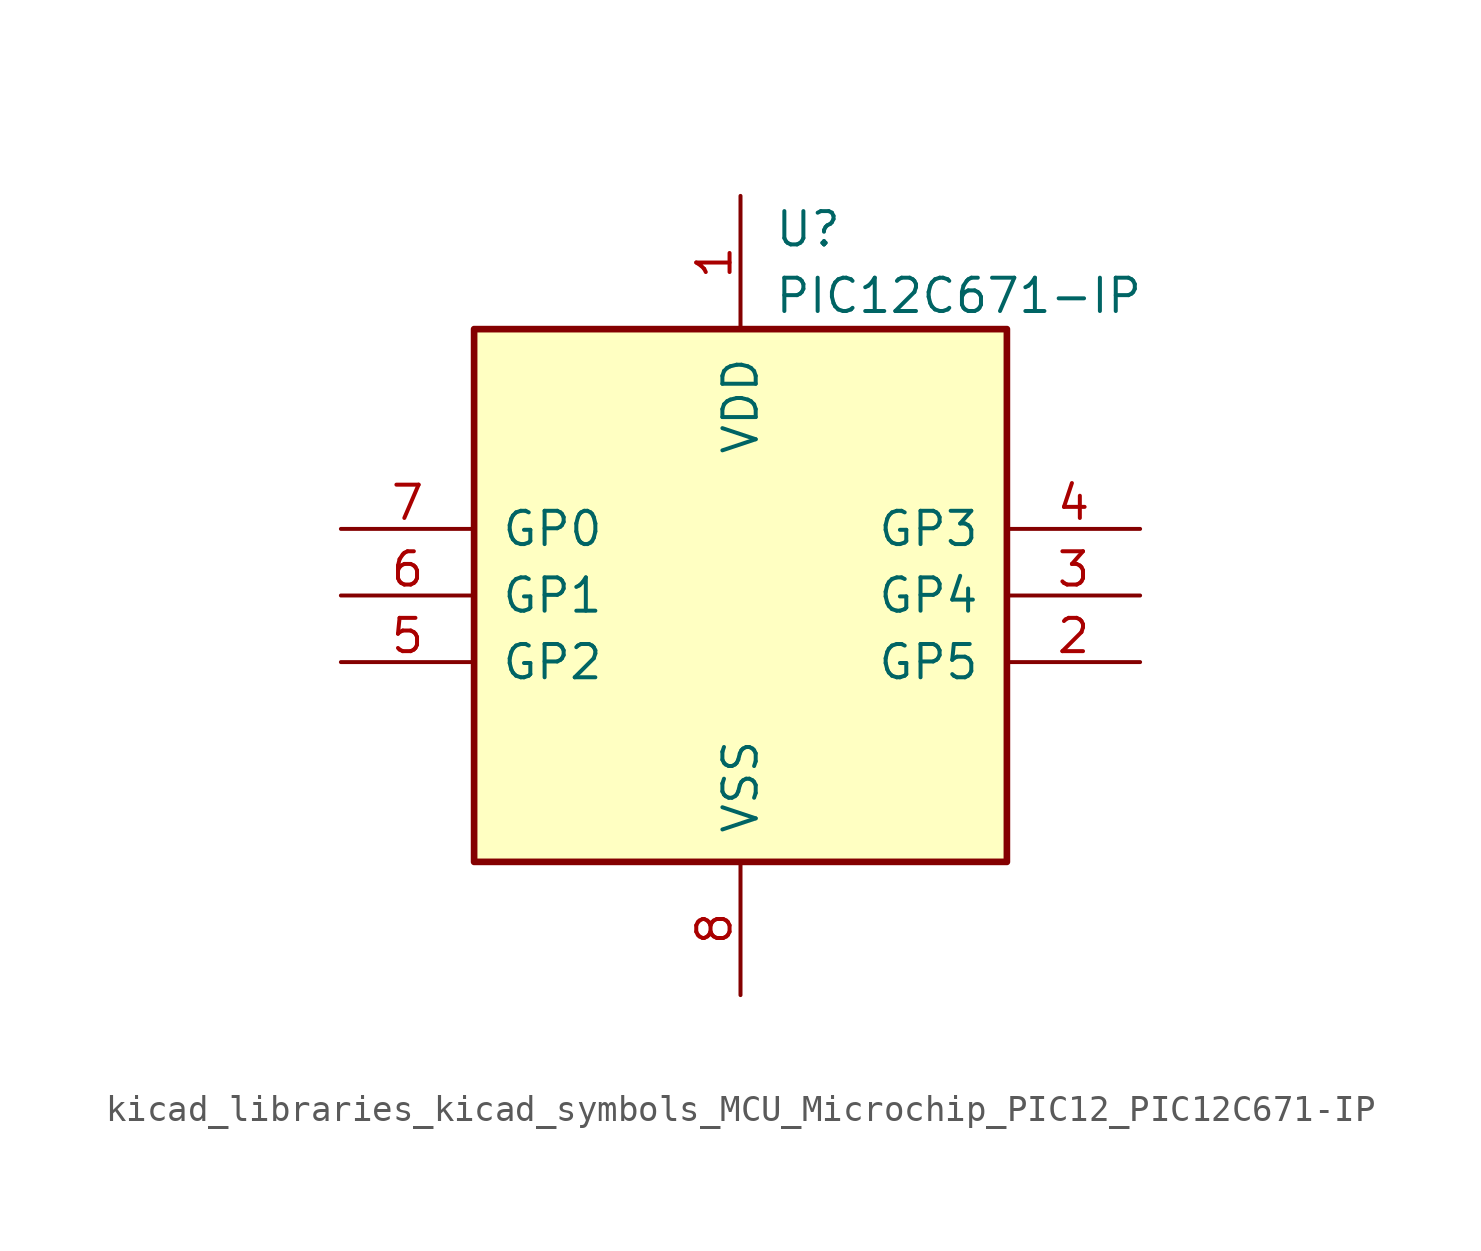
<source format=kicad_sym>
(kicad_symbol_lib
  (version 20220914)
  (generator kicad_symbol_editor)
  (symbol "kicad_libraries_kicad_symbols_MCU_Microchip_PIC12_PIC12C671-IP"
    (pin_names
      (offset 1.016))
    (property "Reference" "U"
      (at 1.27 13.97 0)
      (effects (font (size 1.27 1.27)) (justify left)))
    (property "Value" "PIC12C671-IP"
      (at 1.27 11.43 0)
      (effects (font (size 1.27 1.27)) (justify left)))
    (symbol "kicad_libraries_kicad_symbols_MCU_Microchip_PIC12_PIC12C671-IP_0_1"
      (rectangle (start 10.16 -10.16) (end -10.16 10.16) (stroke (width 0.254) (type default)) (fill (type background))))
    (symbol "kicad_libraries_kicad_symbols_MCU_Microchip_PIC12_PIC12C671-IP_1_1"
      (pin power_in line (at 0 15.24 270) (length 5.08) (name "VDD" (effects (font (size 1.27 1.27)))) (number "1" (effects (font (size 1.27 1.27)))))
      (pin bidirectional line (at 15.24 -2.54 180) (length 5.08) (name "GP5" (effects (font (size 1.27 1.27)))) (number "2" (effects (font (size 1.27 1.27)))))
      (pin bidirectional line (at 15.24 0 180) (length 5.08) (name "GP4" (effects (font (size 1.27 1.27)))) (number "3" (effects (font (size 1.27 1.27)))))
      (pin input line (at 15.24 2.54 180) (length 5.08) (name "GP3" (effects (font (size 1.27 1.27)))) (number "4" (effects (font (size 1.27 1.27)))))
      (pin bidirectional line (at -15.24 -2.54 0) (length 5.08) (name "GP2" (effects (font (size 1.27 1.27)))) (number "5" (effects (font (size 1.27 1.27)))))
      (pin bidirectional line (at -15.24 0 0) (length 5.08) (name "GP1" (effects (font (size 1.27 1.27)))) (number "6" (effects (font (size 1.27 1.27)))))
      (pin bidirectional line (at -15.24 2.54 0) (length 5.08) (name "GP0" (effects (font (size 1.27 1.27)))) (number "7" (effects (font (size 1.27 1.27)))))
      (pin power_in line (at 0 -15.24 90) (length 5.08) (name "VSS" (effects (font (size 1.27 1.27)))) (number "8" (effects (font (size 1.27 1.27))))))))
</source>
